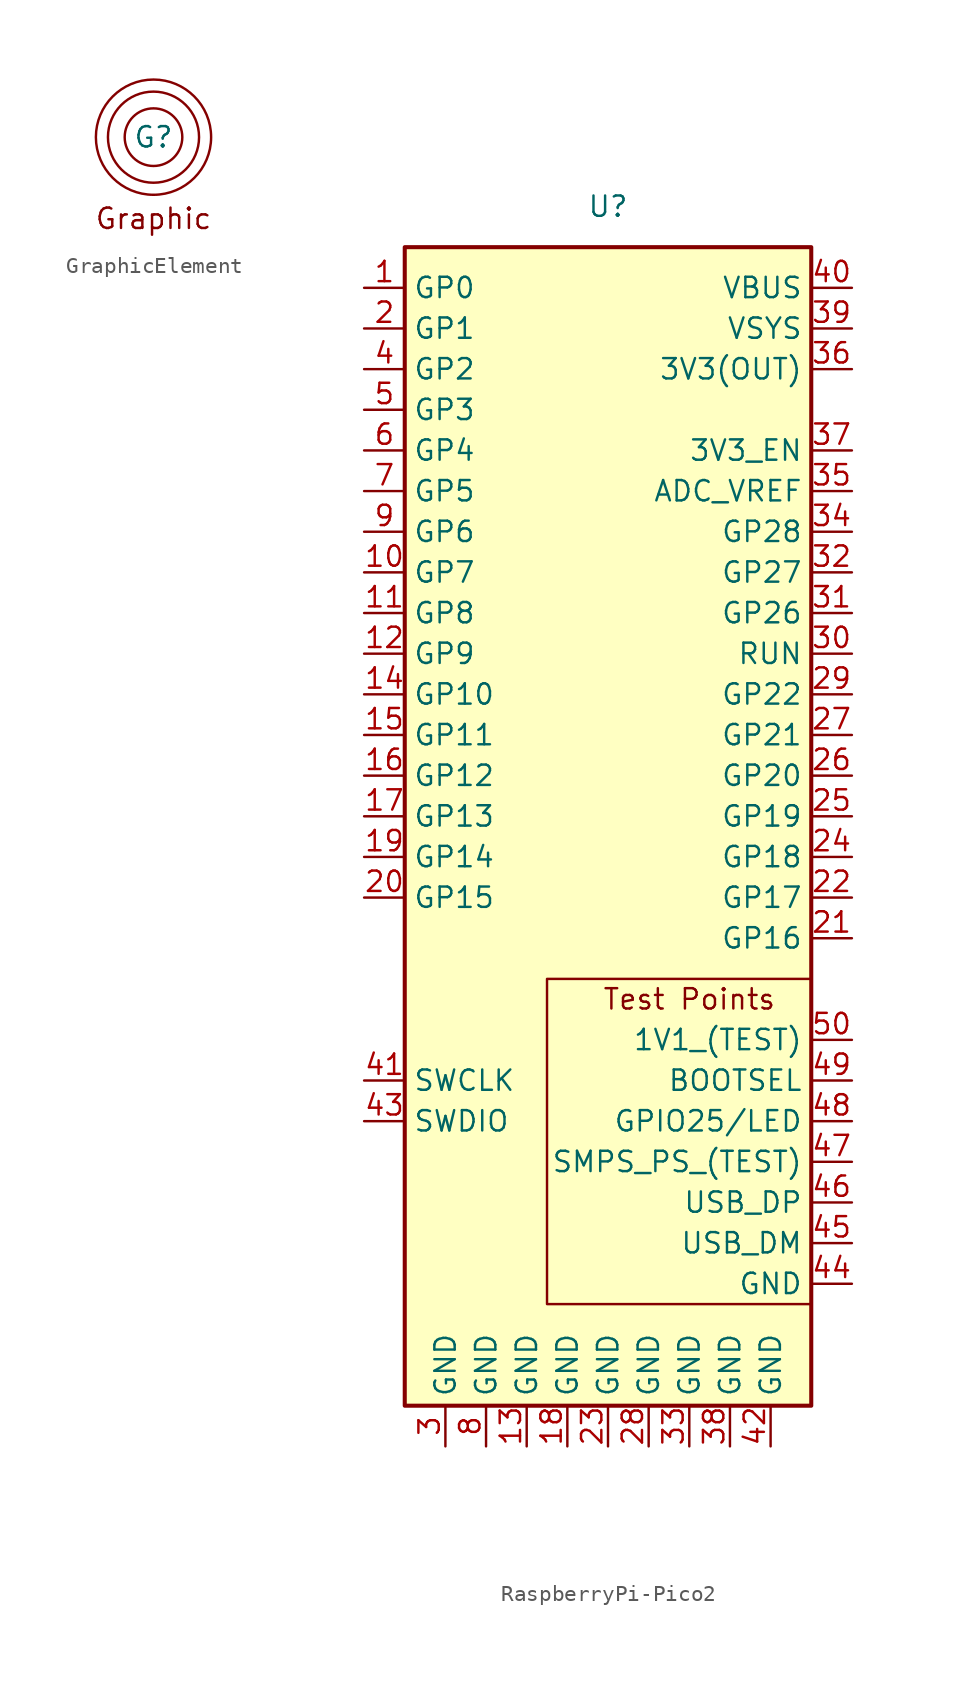
<source format=kicad_sym>
(kicad_symbol_lib
  (version 20220914)
  (generator kicad_symbol_editor)
  (symbol "GraphicElement"
    (pin_numbers hide)
    (pin_names
      (offset 0) hide)
    (property "Reference" "G"
      (at 0 0 0)
      (effects (font (size 1.27 1.27))))
    (property "Value" ""
      (at 0 0 0)
      (effects (font (size 1.27 1.27))))
    (symbol "GraphicElement_0_1"
      (circle (center 0 0) (radius 1.796) (stroke (width 0) (type default)) (fill (type none)))
      (circle (center 0 0) (radius 2.84) (stroke (width 0) (type default)) (fill (type none)))
      (circle (center 0 0) (radius 3.592) (stroke (width 0) (type default)) (fill (type none))))
    (symbol "GraphicElement_1_1"
      (text "Graphic" (at 0 -5.08 0) (effects (font (size 1.27 1.27))))))
  (symbol "RaspberryPi-Pico2"
    (property "Reference" "U"
      (at 0 0 0)
      (effects (font (size 1.27 1.27))))
    (property "Value" ""
      (at 0 0 0)
      (effects (font (size 1.27 1.27))))
    (symbol "RaspberryPi-Pico2_0_1"
      (rectangle (start -12.7 -2.54) (end 12.7 -74.93) (stroke (width 0.254) (type default)) (fill (type background)))
      (rectangle (start -3.81 -48.26) (end 12.7 -68.58) (stroke (width 0) (type default)) (fill (type none))))
    (symbol "RaspberryPi-Pico2_1_1"
      (text "Test Points" (at 5.08 -49.53 0) (effects (font (size 1.27 1.27))))
      (pin bidirectional line (at -15.24 -5.08 0) (length 2.54) (name "GP0" (effects (font (size 1.27 1.27)))) (number "1" (effects (font (size 1.27 1.27)))))
      (pin bidirectional line (at -15.24 -22.86 0) (length 2.54) (name "GP7" (effects (font (size 1.27 1.27)))) (number "10" (effects (font (size 1.27 1.27)))))
      (pin bidirectional line (at -15.24 -25.4 0) (length 2.54) (name "GP8" (effects (font (size 1.27 1.27)))) (number "11" (effects (font (size 1.27 1.27)))))
      (pin bidirectional line (at -15.24 -27.94 0) (length 2.54) (name "GP9" (effects (font (size 1.27 1.27)))) (number "12" (effects (font (size 1.27 1.27)))))
      (pin power_in line (at -5.08 -77.47 90) (length 2.54) (name "GND" (effects (font (size 1.27 1.27)))) (number "13" (effects (font (size 1.27 1.27)))))
      (pin bidirectional line (at -15.24 -30.48 0) (length 2.54) (name "GP10" (effects (font (size 1.27 1.27)))) (number "14" (effects (font (size 1.27 1.27)))))
      (pin bidirectional line (at -15.24 -33.02 0) (length 2.54) (name "GP11" (effects (font (size 1.27 1.27)))) (number "15" (effects (font (size 1.27 1.27)))))
      (pin bidirectional line (at -15.24 -35.56 0) (length 2.54) (name "GP12" (effects (font (size 1.27 1.27)))) (number "16" (effects (font (size 1.27 1.27)))))
      (pin bidirectional line (at -15.24 -38.1 0) (length 2.54) (name "GP13" (effects (font (size 1.27 1.27)))) (number "17" (effects (font (size 1.27 1.27)))))
      (pin power_in line (at -2.54 -77.47 90) (length 2.54) (name "GND" (effects (font (size 1.27 1.27)))) (number "18" (effects (font (size 1.27 1.27)))))
      (pin bidirectional line (at -15.24 -40.64 0) (length 2.54) (name "GP14" (effects (font (size 1.27 1.27)))) (number "19" (effects (font (size 1.27 1.27)))))
      (pin bidirectional line (at -15.24 -7.62 0) (length 2.54) (name "GP1" (effects (font (size 1.27 1.27)))) (number "2" (effects (font (size 1.27 1.27)))))
      (pin bidirectional line (at -15.24 -43.18 0) (length 2.54) (name "GP15" (effects (font (size 1.27 1.27)))) (number "20" (effects (font (size 1.27 1.27)))))
      (pin bidirectional line (at 15.24 -45.72 180) (length 2.54) (name "GP16" (effects (font (size 1.27 1.27)))) (number "21" (effects (font (size 1.27 1.27)))))
      (pin bidirectional line (at 15.24 -43.18 180) (length 2.54) (name "GP17" (effects (font (size 1.27 1.27)))) (number "22" (effects (font (size 1.27 1.27)))))
      (pin power_in line (at 0 -77.47 90) (length 2.54) (name "GND" (effects (font (size 1.27 1.27)))) (number "23" (effects (font (size 1.27 1.27)))))
      (pin bidirectional line (at 15.24 -40.64 180) (length 2.54) (name "GP18" (effects (font (size 1.27 1.27)))) (number "24" (effects (font (size 1.27 1.27)))))
      (pin bidirectional line (at 15.24 -38.1 180) (length 2.54) (name "GP19" (effects (font (size 1.27 1.27)))) (number "25" (effects (font (size 1.27 1.27)))))
      (pin bidirectional line (at 15.24 -35.56 180) (length 2.54) (name "GP20" (effects (font (size 1.27 1.27)))) (number "26" (effects (font (size 1.27 1.27)))))
      (pin bidirectional line (at 15.24 -33.02 180) (length 2.54) (name "GP21" (effects (font (size 1.27 1.27)))) (number "27" (effects (font (size 1.27 1.27)))))
      (pin power_in line (at 2.54 -77.47 90) (length 2.54) (name "GND" (effects (font (size 1.27 1.27)))) (number "28" (effects (font (size 1.27 1.27)))))
      (pin bidirectional line (at 15.24 -30.48 180) (length 2.54) (name "GP22" (effects (font (size 1.27 1.27)))) (number "29" (effects (font (size 1.27 1.27)))))
      (pin power_in line (at -10.16 -77.47 90) (length 2.54) (name "GND" (effects (font (size 1.27 1.27)))) (number "3" (effects (font (size 1.27 1.27)))))
      (pin bidirectional line (at 15.24 -27.94 180) (length 2.54) (name "RUN" (effects (font (size 1.27 1.27)))) (number "30" (effects (font (size 1.27 1.27)))))
      (pin bidirectional line (at 15.24 -25.4 180) (length 2.54) (name "GP26" (effects (font (size 1.27 1.27)))) (number "31" (effects (font (size 1.27 1.27)))))
      (pin bidirectional line (at 15.24 -22.86 180) (length 2.54) (name "GP27" (effects (font (size 1.27 1.27)))) (number "32" (effects (font (size 1.27 1.27)))))
      (pin power_in line (at 5.08 -77.47 90) (length 2.54) (name "GND" (effects (font (size 1.27 1.27)))) (number "33" (effects (font (size 1.27 1.27)))))
      (pin bidirectional line (at 15.24 -20.32 180) (length 2.54) (name "GP28" (effects (font (size 1.27 1.27)))) (number "34" (effects (font (size 1.27 1.27)))))
      (pin bidirectional line (at 15.24 -17.78 180) (length 2.54) (name "ADC_VREF" (effects (font (size 1.27 1.27)))) (number "35" (effects (font (size 1.27 1.27)))))
      (pin power_out line (at 15.24 -10.16 180) (length 2.54) (name "3V3(OUT)" (effects (font (size 1.27 1.27)))) (number "36" (effects (font (size 1.27 1.27)))))
      (pin input line (at 15.24 -15.24 180) (length 2.54) (name "3V3_EN" (effects (font (size 1.27 1.27)))) (number "37" (effects (font (size 1.27 1.27)))))
      (pin power_in line (at 7.62 -77.47 90) (length 2.54) (name "GND" (effects (font (size 1.27 1.27)))) (number "38" (effects (font (size 1.27 1.27)))))
      (pin power_in line (at 15.24 -7.62 180) (length 2.54) (name "VSYS" (effects (font (size 1.27 1.27)))) (number "39" (effects (font (size 1.27 1.27)))))
      (pin bidirectional line (at -15.24 -10.16 0) (length 2.54) (name "GP2" (effects (font (size 1.27 1.27)))) (number "4" (effects (font (size 1.27 1.27)))))
      (pin power_in line (at 15.24 -5.08 180) (length 2.54) (name "VBUS" (effects (font (size 1.27 1.27)))) (number "40" (effects (font (size 1.27 1.27)))))
      (pin bidirectional line (at -15.24 -54.61 0) (length 2.54) (name "SWCLK" (effects (font (size 1.27 1.27)))) (number "41" (effects (font (size 1.27 1.27)))))
      (pin power_in line (at 10.16 -77.47 90) (length 2.54) (name "GND" (effects (font (size 1.27 1.27)))) (number "42" (effects (font (size 1.27 1.27)))))
      (pin bidirectional line (at -15.24 -57.15 0) (length 2.54) (name "SWDIO" (effects (font (size 1.27 1.27)))) (number "43" (effects (font (size 1.27 1.27)))))
      (pin power_in line (at 15.24 -67.31 180) (length 2.54) (name "GND" (effects (font (size 1.27 1.27)))) (number "44" (effects (font (size 1.27 1.27)))))
      (pin bidirectional line (at 15.24 -64.77 180) (length 2.54) (name "USB_DM" (effects (font (size 1.27 1.27)))) (number "45" (effects (font (size 1.27 1.27)))))
      (pin bidirectional line (at 15.24 -62.23 180) (length 2.54) (name "USB_DP" (effects (font (size 1.27 1.27)))) (number "46" (effects (font (size 1.27 1.27)))))
      (pin input line (at 15.24 -59.69 180) (length 2.54) (name "SMPS_PS_(TEST)" (effects (font (size 1.27 1.27)))) (number "47" (effects (font (size 1.27 1.27)))))
      (pin bidirectional line (at 15.24 -57.15 180) (length 2.54) (name "GPIO25/LED" (effects (font (size 1.27 1.27)))) (number "48" (effects (font (size 1.27 1.27)))))
      (pin bidirectional line (at 15.24 -54.61 180) (length 2.54) (name "BOOTSEL" (effects (font (size 1.27 1.27)))) (number "49" (effects (font (size 1.27 1.27)))))
      (pin bidirectional line (at -15.24 -12.7 0) (length 2.54) (name "GP3" (effects (font (size 1.27 1.27)))) (number "5" (effects (font (size 1.27 1.27)))))
      (pin power_out line (at 15.24 -52.07 180) (length 2.54) (name "1V1_(TEST)" (effects (font (size 1.27 1.27)))) (number "50" (effects (font (size 1.27 1.27)))))
      (pin bidirectional line (at -15.24 -15.24 0) (length 2.54) (name "GP4" (effects (font (size 1.27 1.27)))) (number "6" (effects (font (size 1.27 1.27)))))
      (pin bidirectional line (at -15.24 -17.78 0) (length 2.54) (name "GP5" (effects (font (size 1.27 1.27)))) (number "7" (effects (font (size 1.27 1.27)))))
      (pin power_in line (at -7.62 -77.47 90) (length 2.54) (name "GND" (effects (font (size 1.27 1.27)))) (number "8" (effects (font (size 1.27 1.27)))))
      (pin bidirectional line (at -15.24 -20.32 0) (length 2.54) (name "GP6" (effects (font (size 1.27 1.27)))) (number "9" (effects (font (size 1.27 1.27))))))))
</source>
